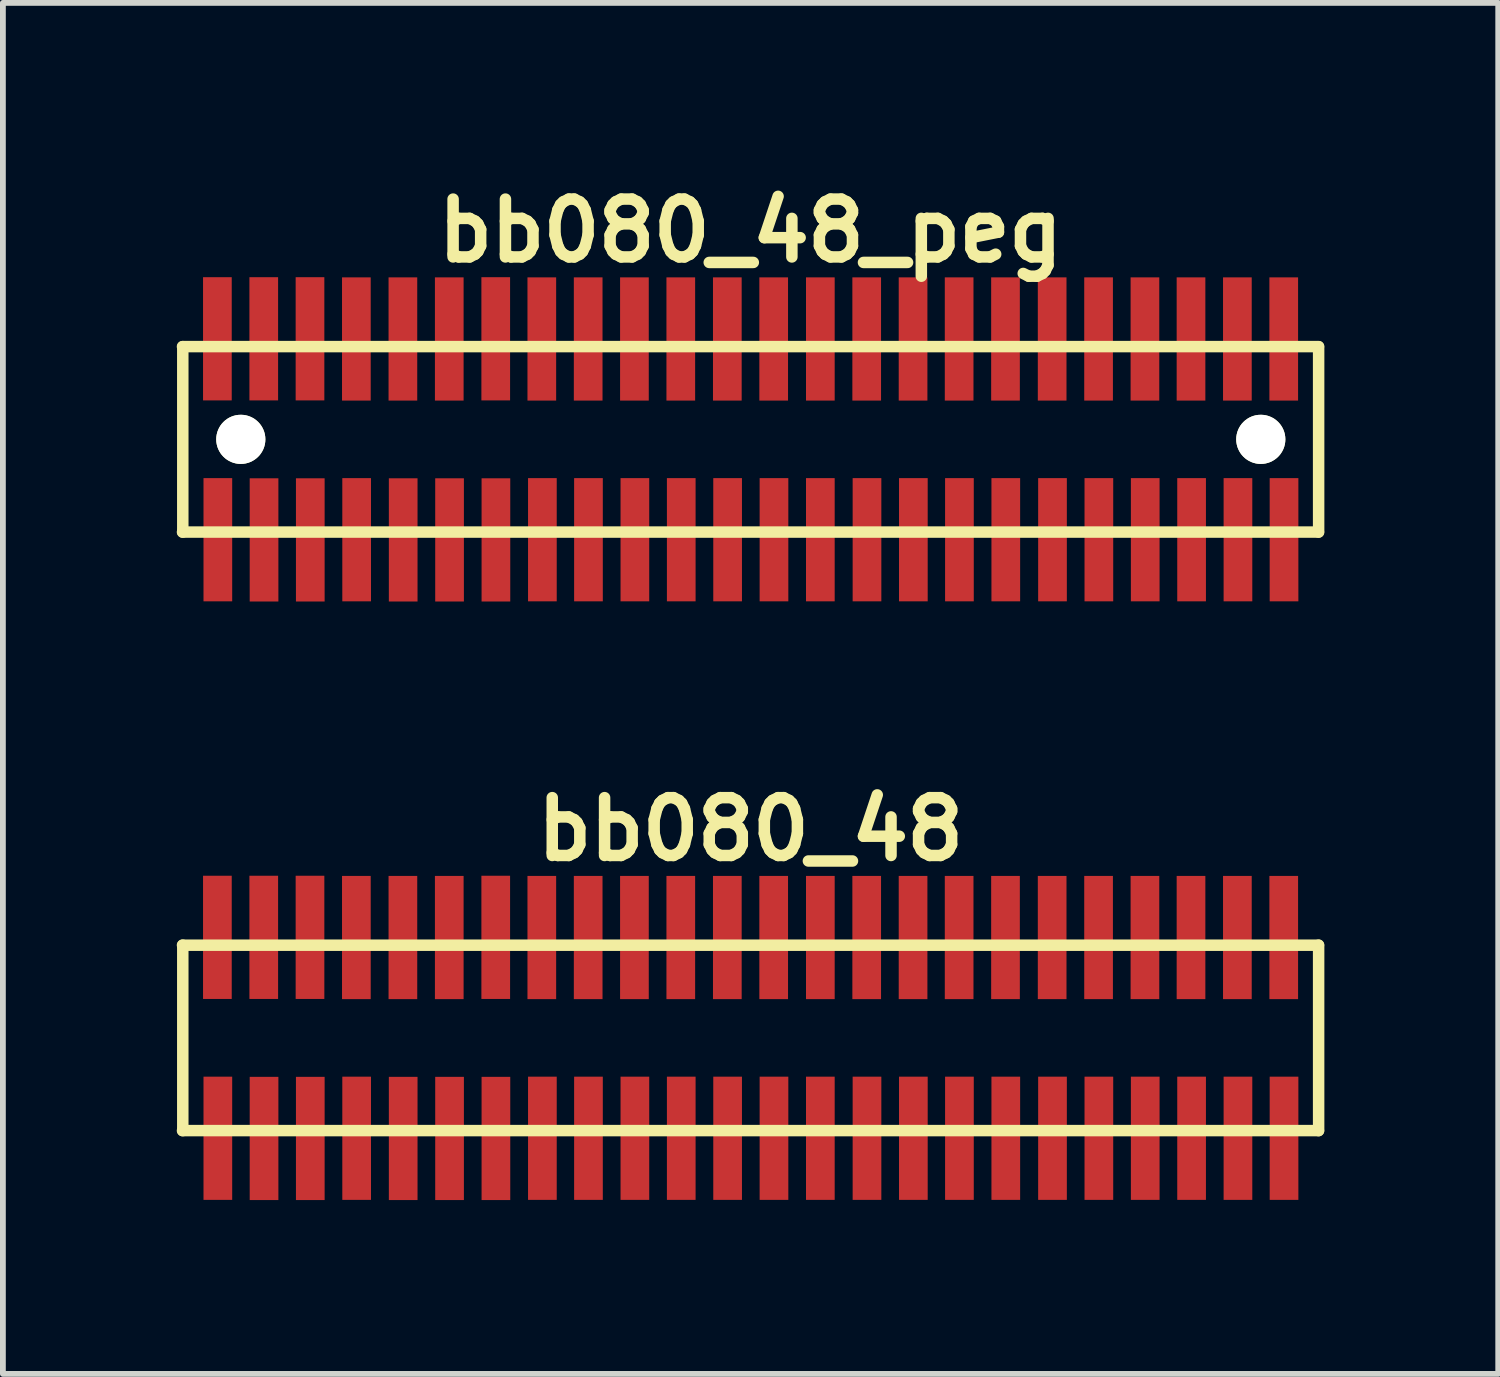
<source format=kicad_pcb>
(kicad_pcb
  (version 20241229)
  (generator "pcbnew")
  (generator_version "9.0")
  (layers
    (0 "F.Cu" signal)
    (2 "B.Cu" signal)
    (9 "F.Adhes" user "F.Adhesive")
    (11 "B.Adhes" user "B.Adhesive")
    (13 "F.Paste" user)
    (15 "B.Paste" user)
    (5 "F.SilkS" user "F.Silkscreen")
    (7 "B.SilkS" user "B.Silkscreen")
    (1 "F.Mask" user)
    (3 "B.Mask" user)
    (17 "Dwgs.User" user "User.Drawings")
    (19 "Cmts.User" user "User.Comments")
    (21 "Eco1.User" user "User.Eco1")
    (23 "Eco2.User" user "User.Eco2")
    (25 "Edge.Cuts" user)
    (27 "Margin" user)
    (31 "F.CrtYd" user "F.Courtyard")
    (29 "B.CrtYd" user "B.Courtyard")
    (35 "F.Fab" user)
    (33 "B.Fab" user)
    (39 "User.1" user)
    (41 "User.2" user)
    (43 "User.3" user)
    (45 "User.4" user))
  (footprint "bb080_48"
    (layer "F.Cu")
    (at 9.901 14.859)
    (property "Reference" "bb080_48" (at 0 -3.599 0) (layer "F.SilkS") (effects (font (size 0.998 0.998) (thickness 0.198))))
    (attr smd)
    (fp_line (start -9.802 1.6) (end 9.799 1.6) (stroke (width 0.198) (type solid)) (layer "F.SilkS"))
    (fp_line (start -9.797 -1.6) (end -9.797 1.6) (stroke (width 0.198) (type solid)) (layer "F.SilkS"))
    (fp_line (start 9.799 -1.6) (end -9.802 -1.6) (stroke (width 0.198) (type solid)) (layer "F.SilkS"))
    (fp_line (start 9.802 1.6) (end 9.802 -1.6) (stroke (width 0.198) (type solid)) (layer "F.SilkS"))
    (pad "1" smd rect (at -9.192 1.732) (size 0.495 2.126) (layers "F.Cu" "F.Mask" "F.Paste"))
    (pad "2" smd rect (at -9.2 -1.735) (size 0.495 2.126) (layers "F.Cu" "F.Mask" "F.Paste"))
    (pad "3" smd rect (at -8.395 1.735) (size 0.495 2.126) (layers "F.Cu" "F.Mask" "F.Paste"))
    (pad "4" smd rect (at -8.4 -1.735) (size 0.495 2.126) (layers "F.Cu" "F.Mask" "F.Paste"))
    (pad "5" smd rect (at -7.597 1.735) (size 0.495 2.126) (layers "F.Cu" "F.Mask" "F.Paste"))
    (pad "6" smd rect (at -7.602 -1.735) (size 0.495 2.126) (layers "F.Cu" "F.Mask" "F.Paste"))
    (pad "7" smd rect (at -6.797 1.732) (size 0.495 2.126) (layers "F.Cu" "F.Mask" "F.Paste"))
    (pad "8" smd rect (at -6.802 -1.732) (size 0.495 2.126) (layers "F.Cu" "F.Mask" "F.Paste"))
    (pad "9" smd rect (at -5.994 1.735) (size 0.495 2.126) (layers "F.Cu" "F.Mask" "F.Paste"))
    (pad "10" smd rect (at -5.999 -1.732) (size 0.495 2.126) (layers "F.Cu" "F.Mask" "F.Paste"))
    (pad "11" smd rect (at -5.194 1.735) (size 0.495 2.126) (layers "F.Cu" "F.Mask" "F.Paste"))
    (pad "12" smd rect (at -5.199 -1.732) (size 0.495 2.126) (layers "F.Cu" "F.Mask" "F.Paste"))
    (pad "13" smd rect (at -4.394 1.735) (size 0.495 2.126) (layers "F.Cu" "F.Mask" "F.Paste"))
    (pad "14" smd rect (at -4.397 -1.735) (size 0.495 2.126) (layers "F.Cu" "F.Mask" "F.Paste"))
    (pad "15" smd rect (at -3.592 1.732) (size 0.495 2.126) (layers "F.Cu" "F.Mask" "F.Paste"))
    (pad "16" smd rect (at -3.602 -1.732) (size 0.495 2.126) (layers "F.Cu" "F.Mask" "F.Paste"))
    (pad "17" smd rect (at -2.797 1.732) (size 0.495 2.126) (layers "F.Cu" "F.Mask" "F.Paste"))
    (pad "18" smd rect (at -2.802 -1.732) (size 0.495 2.126) (layers "F.Cu" "F.Mask" "F.Paste"))
    (pad "19" smd rect (at -1.996 1.732) (size 0.495 2.126) (layers "F.Cu" "F.Mask" "F.Paste"))
    (pad "20" smd rect (at -2.004 -1.732) (size 0.495 2.126) (layers "F.Cu" "F.Mask" "F.Paste"))
    (pad "21" smd rect (at -1.196 1.732) (size 0.495 2.126) (layers "F.Cu" "F.Mask" "F.Paste"))
    (pad "22" smd rect (at -1.204 -1.732) (size 0.495 2.126) (layers "F.Cu" "F.Mask" "F.Paste"))
    (pad "23" smd rect (at -0.396 1.732) (size 0.495 2.126) (layers "F.Cu" "F.Mask" "F.Paste"))
    (pad "24" smd rect (at -0.401 -1.732) (size 0.495 2.126) (layers "F.Cu" "F.Mask" "F.Paste"))
    (pad "25" smd rect (at 0.404 1.732) (size 0.495 2.126) (layers "F.Cu" "F.Mask" "F.Paste"))
    (pad "26" smd rect (at 0.399 -1.732) (size 0.495 2.126) (layers "F.Cu" "F.Mask" "F.Paste"))
    (pad "27" smd rect (at 1.204 1.732) (size 0.495 2.126) (layers "F.Cu" "F.Mask" "F.Paste"))
    (pad "28" smd rect (at 1.204 -1.732) (size 0.495 2.126) (layers "F.Cu" "F.Mask" "F.Paste"))
    (pad "29" smd rect (at 2.009 1.732) (size 0.495 2.126) (layers "F.Cu" "F.Mask" "F.Paste"))
    (pad "30" smd rect (at 2.004 -1.732) (size 0.495 2.126) (layers "F.Cu" "F.Mask" "F.Paste"))
    (pad "31" smd rect (at 2.809 1.732) (size 0.495 2.126) (layers "F.Cu" "F.Mask" "F.Paste"))
    (pad "32" smd rect (at 2.804 -1.732) (size 0.495 2.126) (layers "F.Cu" "F.Mask" "F.Paste"))
    (pad "33" smd rect (at 3.604 1.732) (size 0.495 2.126) (layers "F.Cu" "F.Mask" "F.Paste"))
    (pad "34" smd rect (at 3.599 -1.732) (size 0.495 2.126) (layers "F.Cu" "F.Mask" "F.Paste"))
    (pad "35" smd rect (at 4.404 1.732) (size 0.495 2.126) (layers "F.Cu" "F.Mask" "F.Paste"))
    (pad "36" smd rect (at 4.399 -1.732) (size 0.495 2.126) (layers "F.Cu" "F.Mask" "F.Paste"))
    (pad "37" smd rect (at 5.21 1.732) (size 0.495 2.126) (layers "F.Cu" "F.Mask" "F.Paste"))
    (pad "38" smd rect (at 5.204 -1.732) (size 0.495 2.126) (layers "F.Cu" "F.Mask" "F.Paste"))
    (pad "39" smd rect (at 6.01 1.732) (size 0.495 2.126) (layers "F.Cu" "F.Mask" "F.Paste"))
    (pad "40" smd rect (at 6.005 -1.732) (size 0.495 2.126) (layers "F.Cu" "F.Mask" "F.Paste"))
    (pad "41" smd rect (at 6.81 1.732) (size 0.495 2.126) (layers "F.Cu" "F.Mask" "F.Paste"))
    (pad "42" smd rect (at 6.805 -1.732) (size 0.495 2.126) (layers "F.Cu" "F.Mask" "F.Paste"))
    (pad "43" smd rect (at 7.61 1.732) (size 0.495 2.126) (layers "F.Cu" "F.Mask" "F.Paste"))
    (pad "44" smd rect (at 7.6 -1.732) (size 0.495 2.126) (layers "F.Cu" "F.Mask" "F.Paste"))
    (pad "45" smd rect (at 8.41 1.732) (size 0.495 2.126) (layers "F.Cu" "F.Mask" "F.Paste"))
    (pad "46" smd rect (at 8.4 -1.732) (size 0.495 2.126) (layers "F.Cu" "F.Mask" "F.Paste"))
    (pad "47" smd rect (at 9.205 1.732) (size 0.495 2.126) (layers "F.Cu" "F.Mask" "F.Paste"))
    (pad "48" smd rect (at 9.2 -1.732) (size 0.495 2.126) (layers "F.Cu" "F.Mask" "F.Paste")))
  (footprint "bb080_48_peg"
    (layer "F.Cu")
    (at 9.901 4.531)
    (property "Reference" "bb080_48_peg" (at 0 -3.599 0) (layer "F.SilkS") (effects (font (size 0.998 0.998) (thickness 0.198))))
    (attr smd)
    (fp_line (start -9.802 1.6) (end 9.799 1.6) (stroke (width 0.198) (type solid)) (layer "F.SilkS"))
    (fp_line (start -9.797 -1.6) (end -9.797 1.6) (stroke (width 0.198) (type solid)) (layer "F.SilkS"))
    (fp_line (start 9.799 -1.6) (end -9.802 -1.6) (stroke (width 0.198) (type solid)) (layer "F.SilkS"))
    (fp_line (start 9.802 1.6) (end 9.802 -1.6) (stroke (width 0.198) (type solid)) (layer "F.SilkS"))
    (pad "" np_thru_hole circle (at -8.796 0) (size 0.848 0.848) (drill 0.848) (layers "*.Cu" "*.Mask" "F.SilkS"))
    (pad "" np_thru_hole circle (at 8.804 0) (size 0.848 0.848) (drill 0.848) (layers "*.Cu" "*.Mask" "F.SilkS"))
    (pad "1" smd rect (at -9.192 1.732) (size 0.495 2.126) (layers "F.Cu" "F.Mask" "F.Paste"))
    (pad "2" smd rect (at -9.2 -1.735) (size 0.495 2.126) (layers "F.Cu" "F.Mask" "F.Paste"))
    (pad "3" smd rect (at -8.395 1.735) (size 0.495 2.126) (layers "F.Cu" "F.Mask" "F.Paste"))
    (pad "4" smd rect (at -8.4 -1.735) (size 0.495 2.126) (layers "F.Cu" "F.Mask" "F.Paste"))
    (pad "5" smd rect (at -7.597 1.735) (size 0.495 2.126) (layers "F.Cu" "F.Mask" "F.Paste"))
    (pad "6" smd rect (at -7.602 -1.735) (size 0.495 2.126) (layers "F.Cu" "F.Mask" "F.Paste"))
    (pad "7" smd rect (at -6.797 1.732) (size 0.495 2.126) (layers "F.Cu" "F.Mask" "F.Paste"))
    (pad "8" smd rect (at -6.802 -1.732) (size 0.495 2.126) (layers "F.Cu" "F.Mask" "F.Paste"))
    (pad "9" smd rect (at -5.994 1.735) (size 0.495 2.126) (layers "F.Cu" "F.Mask" "F.Paste"))
    (pad "10" smd rect (at -5.999 -1.732) (size 0.495 2.126) (layers "F.Cu" "F.Mask" "F.Paste"))
    (pad "11" smd rect (at -5.194 1.735) (size 0.495 2.126) (layers "F.Cu" "F.Mask" "F.Paste"))
    (pad "12" smd rect (at -5.199 -1.732) (size 0.495 2.126) (layers "F.Cu" "F.Mask" "F.Paste"))
    (pad "13" smd rect (at -4.394 1.735) (size 0.495 2.126) (layers "F.Cu" "F.Mask" "F.Paste"))
    (pad "14" smd rect (at -4.397 -1.735) (size 0.495 2.126) (layers "F.Cu" "F.Mask" "F.Paste"))
    (pad "15" smd rect (at -3.592 1.732) (size 0.495 2.126) (layers "F.Cu" "F.Mask" "F.Paste"))
    (pad "16" smd rect (at -3.602 -1.732) (size 0.495 2.126) (layers "F.Cu" "F.Mask" "F.Paste"))
    (pad "17" smd rect (at -2.797 1.732) (size 0.495 2.126) (layers "F.Cu" "F.Mask" "F.Paste"))
    (pad "18" smd rect (at -2.802 -1.732) (size 0.495 2.126) (layers "F.Cu" "F.Mask" "F.Paste"))
    (pad "19" smd rect (at -1.996 1.732) (size 0.495 2.126) (layers "F.Cu" "F.Mask" "F.Paste"))
    (pad "20" smd rect (at -2.004 -1.732) (size 0.495 2.126) (layers "F.Cu" "F.Mask" "F.Paste"))
    (pad "21" smd rect (at -1.196 1.732) (size 0.495 2.126) (layers "F.Cu" "F.Mask" "F.Paste"))
    (pad "22" smd rect (at -1.204 -1.732) (size 0.495 2.126) (layers "F.Cu" "F.Mask" "F.Paste"))
    (pad "23" smd rect (at -0.396 1.732) (size 0.495 2.126) (layers "F.Cu" "F.Mask" "F.Paste"))
    (pad "24" smd rect (at -0.401 -1.732) (size 0.495 2.126) (layers "F.Cu" "F.Mask" "F.Paste"))
    (pad "25" smd rect (at 0.404 1.732) (size 0.495 2.126) (layers "F.Cu" "F.Mask" "F.Paste"))
    (pad "26" smd rect (at 0.399 -1.732) (size 0.495 2.126) (layers "F.Cu" "F.Mask" "F.Paste"))
    (pad "27" smd rect (at 1.204 1.732) (size 0.495 2.126) (layers "F.Cu" "F.Mask" "F.Paste"))
    (pad "28" smd rect (at 1.204 -1.732) (size 0.495 2.126) (layers "F.Cu" "F.Mask" "F.Paste"))
    (pad "29" smd rect (at 2.009 1.732) (size 0.495 2.126) (layers "F.Cu" "F.Mask" "F.Paste"))
    (pad "30" smd rect (at 2.004 -1.732) (size 0.495 2.126) (layers "F.Cu" "F.Mask" "F.Paste"))
    (pad "31" smd rect (at 2.809 1.732) (size 0.495 2.126) (layers "F.Cu" "F.Mask" "F.Paste"))
    (pad "32" smd rect (at 2.804 -1.732) (size 0.495 2.126) (layers "F.Cu" "F.Mask" "F.Paste"))
    (pad "33" smd rect (at 3.604 1.732) (size 0.495 2.126) (layers "F.Cu" "F.Mask" "F.Paste"))
    (pad "34" smd rect (at 3.599 -1.732) (size 0.495 2.126) (layers "F.Cu" "F.Mask" "F.Paste"))
    (pad "35" smd rect (at 4.404 1.732) (size 0.495 2.126) (layers "F.Cu" "F.Mask" "F.Paste"))
    (pad "36" smd rect (at 4.399 -1.732) (size 0.495 2.126) (layers "F.Cu" "F.Mask" "F.Paste"))
    (pad "37" smd rect (at 5.21 1.732) (size 0.495 2.126) (layers "F.Cu" "F.Mask" "F.Paste"))
    (pad "38" smd rect (at 5.204 -1.732) (size 0.495 2.126) (layers "F.Cu" "F.Mask" "F.Paste"))
    (pad "39" smd rect (at 6.01 1.732) (size 0.495 2.126) (layers "F.Cu" "F.Mask" "F.Paste"))
    (pad "40" smd rect (at 6.005 -1.732) (size 0.495 2.126) (layers "F.Cu" "F.Mask" "F.Paste"))
    (pad "41" smd rect (at 6.81 1.732) (size 0.495 2.126) (layers "F.Cu" "F.Mask" "F.Paste"))
    (pad "42" smd rect (at 6.805 -1.732) (size 0.495 2.126) (layers "F.Cu" "F.Mask" "F.Paste"))
    (pad "43" smd rect (at 7.61 1.732) (size 0.495 2.126) (layers "F.Cu" "F.Mask" "F.Paste"))
    (pad "44" smd rect (at 7.6 -1.732) (size 0.495 2.126) (layers "F.Cu" "F.Mask" "F.Paste"))
    (pad "45" smd rect (at 8.41 1.732) (size 0.495 2.126) (layers "F.Cu" "F.Mask" "F.Paste"))
    (pad "46" smd rect (at 8.4 -1.732) (size 0.495 2.126) (layers "F.Cu" "F.Mask" "F.Paste"))
    (pad "47" smd rect (at 9.205 1.732) (size 0.495 2.126) (layers "F.Cu" "F.Mask" "F.Paste"))
    (pad "48" smd rect (at 9.2 -1.732) (size 0.495 2.126) (layers "F.Cu" "F.Mask" "F.Paste")))
  (gr_rect
    (start -3 -3)
    (end 22.802 20.657)
    (stroke (width 0.1) (type default))
    (fill no)
    (layer "Edge.Cuts")))
</source>
